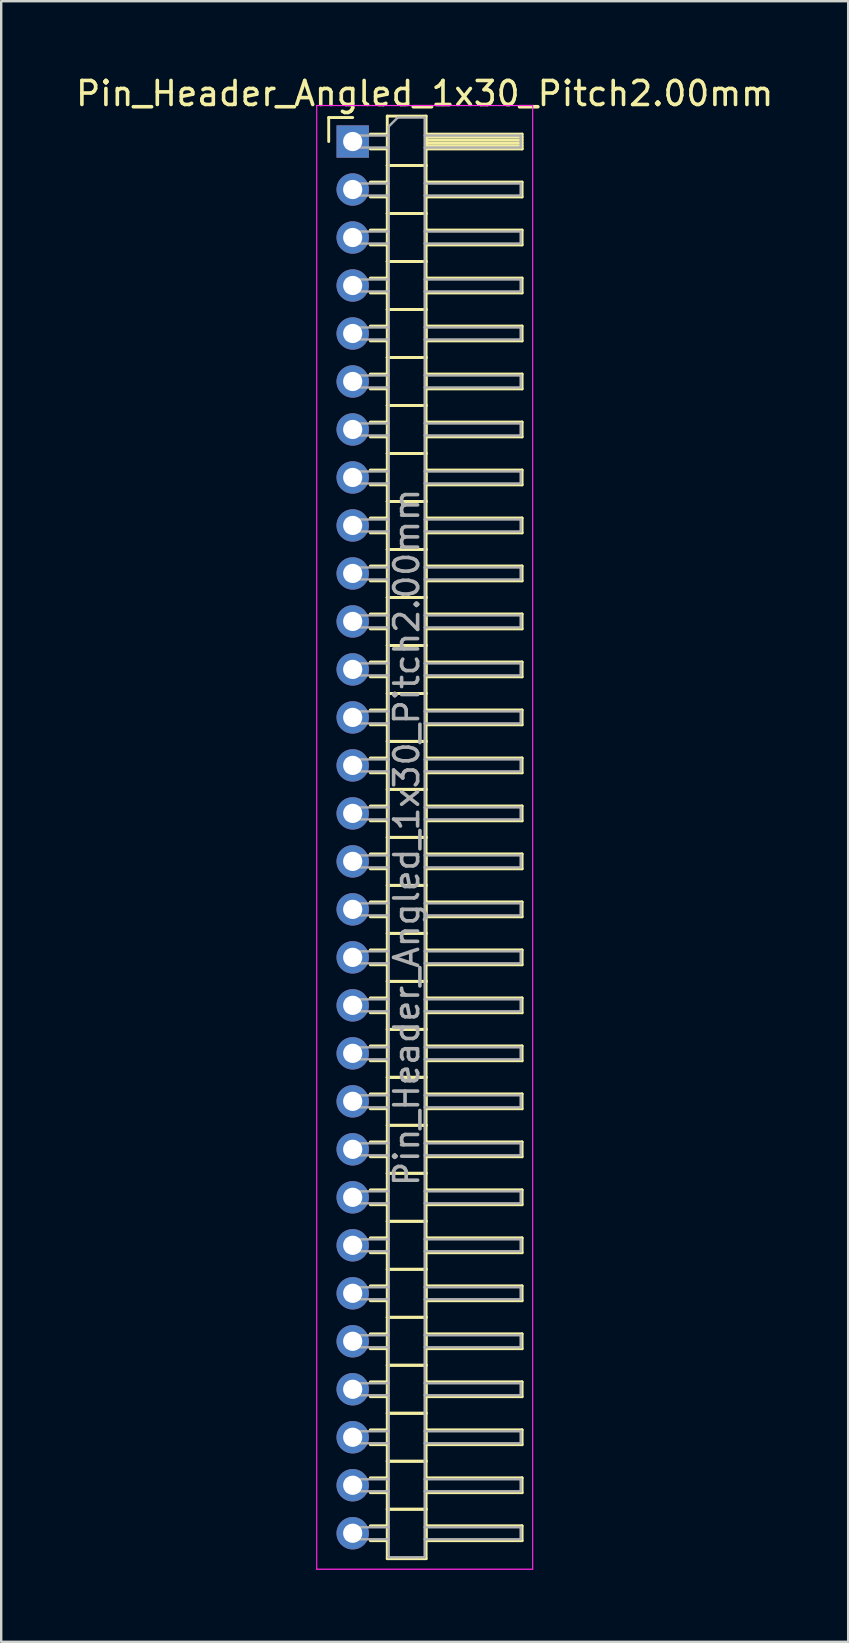
<source format=kicad_pcb>
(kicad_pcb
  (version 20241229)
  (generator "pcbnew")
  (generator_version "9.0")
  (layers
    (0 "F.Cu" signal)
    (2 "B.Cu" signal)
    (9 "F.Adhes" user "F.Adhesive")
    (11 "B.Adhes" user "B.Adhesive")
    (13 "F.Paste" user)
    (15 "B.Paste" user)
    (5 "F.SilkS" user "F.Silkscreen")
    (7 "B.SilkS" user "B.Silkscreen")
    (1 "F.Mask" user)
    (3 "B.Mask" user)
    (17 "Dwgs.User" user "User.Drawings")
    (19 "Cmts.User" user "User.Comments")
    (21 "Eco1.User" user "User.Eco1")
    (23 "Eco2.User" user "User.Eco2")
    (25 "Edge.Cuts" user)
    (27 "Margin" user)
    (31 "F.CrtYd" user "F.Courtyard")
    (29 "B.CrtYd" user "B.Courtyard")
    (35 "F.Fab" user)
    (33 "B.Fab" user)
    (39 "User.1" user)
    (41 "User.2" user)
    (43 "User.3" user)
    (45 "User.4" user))
  (footprint "Pin_Header_Angled_1x30_Pitch2.00mm"
    (layer "F.Cu")
    (at 11.649 2.848)
    (property "Reference" "Pin_Header_Angled_1x30_Pitch2.00mm" (at 3 -2 0) (layer "F.SilkS") (effects (font (size 1 1) (thickness 0.15))))
    (attr through_hole)
    (fp_line (start -1 -1) (end 0 -1) (stroke (width 0.12) (type solid)) (layer "F.SilkS"))
    (fp_line (start -1 0) (end -1 -1) (stroke (width 0.12) (type solid)) (layer "F.SilkS"))
    (fp_line (start 0.735 -0.31) (end 1.44 -0.31) (stroke (width 0.12) (type solid)) (layer "F.SilkS"))
    (fp_line (start 0.735 0.31) (end 1.44 0.31) (stroke (width 0.12) (type solid)) (layer "F.SilkS"))
    (fp_line (start 0.735 1.69) (end 1.44 1.69) (stroke (width 0.12) (type solid)) (layer "F.SilkS"))
    (fp_line (start 0.735 2.31) (end 1.44 2.31) (stroke (width 0.12) (type solid)) (layer "F.SilkS"))
    (fp_line (start 0.735 3.69) (end 1.44 3.69) (stroke (width 0.12) (type solid)) (layer "F.SilkS"))
    (fp_line (start 0.735 4.31) (end 1.44 4.31) (stroke (width 0.12) (type solid)) (layer "F.SilkS"))
    (fp_line (start 0.735 5.69) (end 1.44 5.69) (stroke (width 0.12) (type solid)) (layer "F.SilkS"))
    (fp_line (start 0.735 6.31) (end 1.44 6.31) (stroke (width 0.12) (type solid)) (layer "F.SilkS"))
    (fp_line (start 0.735 7.69) (end 1.44 7.69) (stroke (width 0.12) (type solid)) (layer "F.SilkS"))
    (fp_line (start 0.735 8.31) (end 1.44 8.31) (stroke (width 0.12) (type solid)) (layer "F.SilkS"))
    (fp_line (start 0.735 9.69) (end 1.44 9.69) (stroke (width 0.12) (type solid)) (layer "F.SilkS"))
    (fp_line (start 0.735 10.31) (end 1.44 10.31) (stroke (width 0.12) (type solid)) (layer "F.SilkS"))
    (fp_line (start 0.735 11.69) (end 1.44 11.69) (stroke (width 0.12) (type solid)) (layer "F.SilkS"))
    (fp_line (start 0.735 12.31) (end 1.44 12.31) (stroke (width 0.12) (type solid)) (layer "F.SilkS"))
    (fp_line (start 0.735 13.69) (end 1.44 13.69) (stroke (width 0.12) (type solid)) (layer "F.SilkS"))
    (fp_line (start 0.735 14.31) (end 1.44 14.31) (stroke (width 0.12) (type solid)) (layer "F.SilkS"))
    (fp_line (start 0.735 15.69) (end 1.44 15.69) (stroke (width 0.12) (type solid)) (layer "F.SilkS"))
    (fp_line (start 0.735 16.31) (end 1.44 16.31) (stroke (width 0.12) (type solid)) (layer "F.SilkS"))
    (fp_line (start 0.735 17.69) (end 1.44 17.69) (stroke (width 0.12) (type solid)) (layer "F.SilkS"))
    (fp_line (start 0.735 18.31) (end 1.44 18.31) (stroke (width 0.12) (type solid)) (layer "F.SilkS"))
    (fp_line (start 0.735 19.69) (end 1.44 19.69) (stroke (width 0.12) (type solid)) (layer "F.SilkS"))
    (fp_line (start 0.735 20.31) (end 1.44 20.31) (stroke (width 0.12) (type solid)) (layer "F.SilkS"))
    (fp_line (start 0.735 21.69) (end 1.44 21.69) (stroke (width 0.12) (type solid)) (layer "F.SilkS"))
    (fp_line (start 0.735 22.31) (end 1.44 22.31) (stroke (width 0.12) (type solid)) (layer "F.SilkS"))
    (fp_line (start 0.735 23.69) (end 1.44 23.69) (stroke (width 0.12) (type solid)) (layer "F.SilkS"))
    (fp_line (start 0.735 24.31) (end 1.44 24.31) (stroke (width 0.12) (type solid)) (layer "F.SilkS"))
    (fp_line (start 0.735 25.69) (end 1.44 25.69) (stroke (width 0.12) (type solid)) (layer "F.SilkS"))
    (fp_line (start 0.735 26.31) (end 1.44 26.31) (stroke (width 0.12) (type solid)) (layer "F.SilkS"))
    (fp_line (start 0.735 27.69) (end 1.44 27.69) (stroke (width 0.12) (type solid)) (layer "F.SilkS"))
    (fp_line (start 0.735 28.31) (end 1.44 28.31) (stroke (width 0.12) (type solid)) (layer "F.SilkS"))
    (fp_line (start 0.735 29.69) (end 1.44 29.69) (stroke (width 0.12) (type solid)) (layer "F.SilkS"))
    (fp_line (start 0.735 30.31) (end 1.44 30.31) (stroke (width 0.12) (type solid)) (layer "F.SilkS"))
    (fp_line (start 0.735 31.69) (end 1.44 31.69) (stroke (width 0.12) (type solid)) (layer "F.SilkS"))
    (fp_line (start 0.735 32.31) (end 1.44 32.31) (stroke (width 0.12) (type solid)) (layer "F.SilkS"))
    (fp_line (start 0.735 33.69) (end 1.44 33.69) (stroke (width 0.12) (type solid)) (layer "F.SilkS"))
    (fp_line (start 0.735 34.31) (end 1.44 34.31) (stroke (width 0.12) (type solid)) (layer "F.SilkS"))
    (fp_line (start 0.735 35.69) (end 1.44 35.69) (stroke (width 0.12) (type solid)) (layer "F.SilkS"))
    (fp_line (start 0.735 36.31) (end 1.44 36.31) (stroke (width 0.12) (type solid)) (layer "F.SilkS"))
    (fp_line (start 0.735 37.69) (end 1.44 37.69) (stroke (width 0.12) (type solid)) (layer "F.SilkS"))
    (fp_line (start 0.735 38.31) (end 1.44 38.31) (stroke (width 0.12) (type solid)) (layer "F.SilkS"))
    (fp_line (start 0.735 39.69) (end 1.44 39.69) (stroke (width 0.12) (type solid)) (layer "F.SilkS"))
    (fp_line (start 0.735 40.31) (end 1.44 40.31) (stroke (width 0.12) (type solid)) (layer "F.SilkS"))
    (fp_line (start 0.735 41.69) (end 1.44 41.69) (stroke (width 0.12) (type solid)) (layer "F.SilkS"))
    (fp_line (start 0.735 42.31) (end 1.44 42.31) (stroke (width 0.12) (type solid)) (layer "F.SilkS"))
    (fp_line (start 0.735 43.69) (end 1.44 43.69) (stroke (width 0.12) (type solid)) (layer "F.SilkS"))
    (fp_line (start 0.735 44.31) (end 1.44 44.31) (stroke (width 0.12) (type solid)) (layer "F.SilkS"))
    (fp_line (start 0.735 45.69) (end 1.44 45.69) (stroke (width 0.12) (type solid)) (layer "F.SilkS"))
    (fp_line (start 0.735 46.31) (end 1.44 46.31) (stroke (width 0.12) (type solid)) (layer "F.SilkS"))
    (fp_line (start 0.735 47.69) (end 1.44 47.69) (stroke (width 0.12) (type solid)) (layer "F.SilkS"))
    (fp_line (start 0.735 48.31) (end 1.44 48.31) (stroke (width 0.12) (type solid)) (layer "F.SilkS"))
    (fp_line (start 0.735 49.69) (end 1.44 49.69) (stroke (width 0.12) (type solid)) (layer "F.SilkS"))
    (fp_line (start 0.735 50.31) (end 1.44 50.31) (stroke (width 0.12) (type solid)) (layer "F.SilkS"))
    (fp_line (start 0.735 51.69) (end 1.44 51.69) (stroke (width 0.12) (type solid)) (layer "F.SilkS"))
    (fp_line (start 0.735 52.31) (end 1.44 52.31) (stroke (width 0.12) (type solid)) (layer "F.SilkS"))
    (fp_line (start 0.735 53.69) (end 1.44 53.69) (stroke (width 0.12) (type solid)) (layer "F.SilkS"))
    (fp_line (start 0.735 54.31) (end 1.44 54.31) (stroke (width 0.12) (type solid)) (layer "F.SilkS"))
    (fp_line (start 0.735 55.69) (end 1.44 55.69) (stroke (width 0.12) (type solid)) (layer "F.SilkS"))
    (fp_line (start 0.735 56.31) (end 1.44 56.31) (stroke (width 0.12) (type solid)) (layer "F.SilkS"))
    (fp_line (start 0.735 57.69) (end 1.44 57.69) (stroke (width 0.12) (type solid)) (layer "F.SilkS"))
    (fp_line (start 0.735 58.31) (end 1.44 58.31) (stroke (width 0.12) (type solid)) (layer "F.SilkS"))
    (fp_line (start 1.44 -1.06) (end 1.44 1) (stroke (width 0.12) (type solid)) (layer "F.SilkS"))
    (fp_line (start 1.44 1) (end 1.44 3) (stroke (width 0.12) (type solid)) (layer "F.SilkS"))
    (fp_line (start 1.44 1) (end 3.06 1) (stroke (width 0.12) (type solid)) (layer "F.SilkS"))
    (fp_line (start 1.44 3) (end 1.44 5) (stroke (width 0.12) (type solid)) (layer "F.SilkS"))
    (fp_line (start 1.44 3) (end 3.06 3) (stroke (width 0.12) (type solid)) (layer "F.SilkS"))
    (fp_line (start 1.44 5) (end 1.44 7) (stroke (width 0.12) (type solid)) (layer "F.SilkS"))
    (fp_line (start 1.44 5) (end 3.06 5) (stroke (width 0.12) (type solid)) (layer "F.SilkS"))
    (fp_line (start 1.44 7) (end 1.44 9) (stroke (width 0.12) (type solid)) (layer "F.SilkS"))
    (fp_line (start 1.44 7) (end 3.06 7) (stroke (width 0.12) (type solid)) (layer "F.SilkS"))
    (fp_line (start 1.44 9) (end 1.44 11) (stroke (width 0.12) (type solid)) (layer "F.SilkS"))
    (fp_line (start 1.44 9) (end 3.06 9) (stroke (width 0.12) (type solid)) (layer "F.SilkS"))
    (fp_line (start 1.44 11) (end 1.44 13) (stroke (width 0.12) (type solid)) (layer "F.SilkS"))
    (fp_line (start 1.44 11) (end 3.06 11) (stroke (width 0.12) (type solid)) (layer "F.SilkS"))
    (fp_line (start 1.44 13) (end 1.44 15) (stroke (width 0.12) (type solid)) (layer "F.SilkS"))
    (fp_line (start 1.44 13) (end 3.06 13) (stroke (width 0.12) (type solid)) (layer "F.SilkS"))
    (fp_line (start 1.44 15) (end 1.44 17) (stroke (width 0.12) (type solid)) (layer "F.SilkS"))
    (fp_line (start 1.44 15) (end 3.06 15) (stroke (width 0.12) (type solid)) (layer "F.SilkS"))
    (fp_line (start 1.44 17) (end 1.44 19) (stroke (width 0.12) (type solid)) (layer "F.SilkS"))
    (fp_line (start 1.44 17) (end 3.06 17) (stroke (width 0.12) (type solid)) (layer "F.SilkS"))
    (fp_line (start 1.44 19) (end 1.44 21) (stroke (width 0.12) (type solid)) (layer "F.SilkS"))
    (fp_line (start 1.44 19) (end 3.06 19) (stroke (width 0.12) (type solid)) (layer "F.SilkS"))
    (fp_line (start 1.44 21) (end 1.44 23) (stroke (width 0.12) (type solid)) (layer "F.SilkS"))
    (fp_line (start 1.44 21) (end 3.06 21) (stroke (width 0.12) (type solid)) (layer "F.SilkS"))
    (fp_line (start 1.44 23) (end 1.44 25) (stroke (width 0.12) (type solid)) (layer "F.SilkS"))
    (fp_line (start 1.44 23) (end 3.06 23) (stroke (width 0.12) (type solid)) (layer "F.SilkS"))
    (fp_line (start 1.44 25) (end 1.44 27) (stroke (width 0.12) (type solid)) (layer "F.SilkS"))
    (fp_line (start 1.44 25) (end 3.06 25) (stroke (width 0.12) (type solid)) (layer "F.SilkS"))
    (fp_line (start 1.44 27) (end 1.44 29) (stroke (width 0.12) (type solid)) (layer "F.SilkS"))
    (fp_line (start 1.44 27) (end 3.06 27) (stroke (width 0.12) (type solid)) (layer "F.SilkS"))
    (fp_line (start 1.44 29) (end 1.44 31) (stroke (width 0.12) (type solid)) (layer "F.SilkS"))
    (fp_line (start 1.44 29) (end 3.06 29) (stroke (width 0.12) (type solid)) (layer "F.SilkS"))
    (fp_line (start 1.44 31) (end 1.44 33) (stroke (width 0.12) (type solid)) (layer "F.SilkS"))
    (fp_line (start 1.44 31) (end 3.06 31) (stroke (width 0.12) (type solid)) (layer "F.SilkS"))
    (fp_line (start 1.44 33) (end 1.44 35) (stroke (width 0.12) (type solid)) (layer "F.SilkS"))
    (fp_line (start 1.44 33) (end 3.06 33) (stroke (width 0.12) (type solid)) (layer "F.SilkS"))
    (fp_line (start 1.44 35) (end 1.44 37) (stroke (width 0.12) (type solid)) (layer "F.SilkS"))
    (fp_line (start 1.44 35) (end 3.06 35) (stroke (width 0.12) (type solid)) (layer "F.SilkS"))
    (fp_line (start 1.44 37) (end 1.44 39) (stroke (width 0.12) (type solid)) (layer "F.SilkS"))
    (fp_line (start 1.44 37) (end 3.06 37) (stroke (width 0.12) (type solid)) (layer "F.SilkS"))
    (fp_line (start 1.44 39) (end 1.44 41) (stroke (width 0.12) (type solid)) (layer "F.SilkS"))
    (fp_line (start 1.44 39) (end 3.06 39) (stroke (width 0.12) (type solid)) (layer "F.SilkS"))
    (fp_line (start 1.44 41) (end 1.44 43) (stroke (width 0.12) (type solid)) (layer "F.SilkS"))
    (fp_line (start 1.44 41) (end 3.06 41) (stroke (width 0.12) (type solid)) (layer "F.SilkS"))
    (fp_line (start 1.44 43) (end 1.44 45) (stroke (width 0.12) (type solid)) (layer "F.SilkS"))
    (fp_line (start 1.44 43) (end 3.06 43) (stroke (width 0.12) (type solid)) (layer "F.SilkS"))
    (fp_line (start 1.44 45) (end 1.44 47) (stroke (width 0.12) (type solid)) (layer "F.SilkS"))
    (fp_line (start 1.44 45) (end 3.06 45) (stroke (width 0.12) (type solid)) (layer "F.SilkS"))
    (fp_line (start 1.44 47) (end 1.44 49) (stroke (width 0.12) (type solid)) (layer "F.SilkS"))
    (fp_line (start 1.44 47) (end 3.06 47) (stroke (width 0.12) (type solid)) (layer "F.SilkS"))
    (fp_line (start 1.44 49) (end 1.44 51) (stroke (width 0.12) (type solid)) (layer "F.SilkS"))
    (fp_line (start 1.44 49) (end 3.06 49) (stroke (width 0.12) (type solid)) (layer "F.SilkS"))
    (fp_line (start 1.44 51) (end 1.44 53) (stroke (width 0.12) (type solid)) (layer "F.SilkS"))
    (fp_line (start 1.44 51) (end 3.06 51) (stroke (width 0.12) (type solid)) (layer "F.SilkS"))
    (fp_line (start 1.44 53) (end 1.44 55) (stroke (width 0.12) (type solid)) (layer "F.SilkS"))
    (fp_line (start 1.44 53) (end 3.06 53) (stroke (width 0.12) (type solid)) (layer "F.SilkS"))
    (fp_line (start 1.44 55) (end 1.44 57) (stroke (width 0.12) (type solid)) (layer "F.SilkS"))
    (fp_line (start 1.44 55) (end 3.06 55) (stroke (width 0.12) (type solid)) (layer "F.SilkS"))
    (fp_line (start 1.44 57) (end 1.44 59.06) (stroke (width 0.12) (type solid)) (layer "F.SilkS"))
    (fp_line (start 1.44 57) (end 3.06 57) (stroke (width 0.12) (type solid)) (layer "F.SilkS"))
    (fp_line (start 1.44 59.06) (end 3.06 59.06) (stroke (width 0.12) (type solid)) (layer "F.SilkS"))
    (fp_line (start 3.06 -1.06) (end 1.44 -1.06) (stroke (width 0.12) (type solid)) (layer "F.SilkS"))
    (fp_line (start 3.06 -0.31) (end 3.06 0.31) (stroke (width 0.12) (type solid)) (layer "F.SilkS"))
    (fp_line (start 3.06 -0.19) (end 7.06 -0.19) (stroke (width 0.12) (type solid)) (layer "F.SilkS"))
    (fp_line (start 3.06 -0.07) (end 7.06 -0.07) (stroke (width 0.12) (type solid)) (layer "F.SilkS"))
    (fp_line (start 3.06 0.05) (end 7.06 0.05) (stroke (width 0.12) (type solid)) (layer "F.SilkS"))
    (fp_line (start 3.06 0.17) (end 7.06 0.17) (stroke (width 0.12) (type solid)) (layer "F.SilkS"))
    (fp_line (start 3.06 0.29) (end 7.06 0.29) (stroke (width 0.12) (type solid)) (layer "F.SilkS"))
    (fp_line (start 3.06 0.31) (end 7.06 0.31) (stroke (width 0.12) (type solid)) (layer "F.SilkS"))
    (fp_line (start 3.06 1) (end 1.44 1) (stroke (width 0.12) (type solid)) (layer "F.SilkS"))
    (fp_line (start 3.06 1) (end 3.06 -1.06) (stroke (width 0.12) (type solid)) (layer "F.SilkS"))
    (fp_line (start 3.06 1.69) (end 3.06 2.31) (stroke (width 0.12) (type solid)) (layer "F.SilkS"))
    (fp_line (start 3.06 2.31) (end 7.06 2.31) (stroke (width 0.12) (type solid)) (layer "F.SilkS"))
    (fp_line (start 3.06 3) (end 1.44 3) (stroke (width 0.12) (type solid)) (layer "F.SilkS"))
    (fp_line (start 3.06 3) (end 3.06 1) (stroke (width 0.12) (type solid)) (layer "F.SilkS"))
    (fp_line (start 3.06 3.69) (end 3.06 4.31) (stroke (width 0.12) (type solid)) (layer "F.SilkS"))
    (fp_line (start 3.06 4.31) (end 7.06 4.31) (stroke (width 0.12) (type solid)) (layer "F.SilkS"))
    (fp_line (start 3.06 5) (end 1.44 5) (stroke (width 0.12) (type solid)) (layer "F.SilkS"))
    (fp_line (start 3.06 5) (end 3.06 3) (stroke (width 0.12) (type solid)) (layer "F.SilkS"))
    (fp_line (start 3.06 5.69) (end 3.06 6.31) (stroke (width 0.12) (type solid)) (layer "F.SilkS"))
    (fp_line (start 3.06 6.31) (end 7.06 6.31) (stroke (width 0.12) (type solid)) (layer "F.SilkS"))
    (fp_line (start 3.06 7) (end 1.44 7) (stroke (width 0.12) (type solid)) (layer "F.SilkS"))
    (fp_line (start 3.06 7) (end 3.06 5) (stroke (width 0.12) (type solid)) (layer "F.SilkS"))
    (fp_line (start 3.06 7.69) (end 3.06 8.31) (stroke (width 0.12) (type solid)) (layer "F.SilkS"))
    (fp_line (start 3.06 8.31) (end 7.06 8.31) (stroke (width 0.12) (type solid)) (layer "F.SilkS"))
    (fp_line (start 3.06 9) (end 1.44 9) (stroke (width 0.12) (type solid)) (layer "F.SilkS"))
    (fp_line (start 3.06 9) (end 3.06 7) (stroke (width 0.12) (type solid)) (layer "F.SilkS"))
    (fp_line (start 3.06 9.69) (end 3.06 10.31) (stroke (width 0.12) (type solid)) (layer "F.SilkS"))
    (fp_line (start 3.06 10.31) (end 7.06 10.31) (stroke (width 0.12) (type solid)) (layer "F.SilkS"))
    (fp_line (start 3.06 11) (end 1.44 11) (stroke (width 0.12) (type solid)) (layer "F.SilkS"))
    (fp_line (start 3.06 11) (end 3.06 9) (stroke (width 0.12) (type solid)) (layer "F.SilkS"))
    (fp_line (start 3.06 11.69) (end 3.06 12.31) (stroke (width 0.12) (type solid)) (layer "F.SilkS"))
    (fp_line (start 3.06 12.31) (end 7.06 12.31) (stroke (width 0.12) (type solid)) (layer "F.SilkS"))
    (fp_line (start 3.06 13) (end 1.44 13) (stroke (width 0.12) (type solid)) (layer "F.SilkS"))
    (fp_line (start 3.06 13) (end 3.06 11) (stroke (width 0.12) (type solid)) (layer "F.SilkS"))
    (fp_line (start 3.06 13.69) (end 3.06 14.31) (stroke (width 0.12) (type solid)) (layer "F.SilkS"))
    (fp_line (start 3.06 14.31) (end 7.06 14.31) (stroke (width 0.12) (type solid)) (layer "F.SilkS"))
    (fp_line (start 3.06 15) (end 1.44 15) (stroke (width 0.12) (type solid)) (layer "F.SilkS"))
    (fp_line (start 3.06 15) (end 3.06 13) (stroke (width 0.12) (type solid)) (layer "F.SilkS"))
    (fp_line (start 3.06 15.69) (end 3.06 16.31) (stroke (width 0.12) (type solid)) (layer "F.SilkS"))
    (fp_line (start 3.06 16.31) (end 7.06 16.31) (stroke (width 0.12) (type solid)) (layer "F.SilkS"))
    (fp_line (start 3.06 17) (end 1.44 17) (stroke (width 0.12) (type solid)) (layer "F.SilkS"))
    (fp_line (start 3.06 17) (end 3.06 15) (stroke (width 0.12) (type solid)) (layer "F.SilkS"))
    (fp_line (start 3.06 17.69) (end 3.06 18.31) (stroke (width 0.12) (type solid)) (layer "F.SilkS"))
    (fp_line (start 3.06 18.31) (end 7.06 18.31) (stroke (width 0.12) (type solid)) (layer "F.SilkS"))
    (fp_line (start 3.06 19) (end 1.44 19) (stroke (width 0.12) (type solid)) (layer "F.SilkS"))
    (fp_line (start 3.06 19) (end 3.06 17) (stroke (width 0.12) (type solid)) (layer "F.SilkS"))
    (fp_line (start 3.06 19.69) (end 3.06 20.31) (stroke (width 0.12) (type solid)) (layer "F.SilkS"))
    (fp_line (start 3.06 20.31) (end 7.06 20.31) (stroke (width 0.12) (type solid)) (layer "F.SilkS"))
    (fp_line (start 3.06 21) (end 1.44 21) (stroke (width 0.12) (type solid)) (layer "F.SilkS"))
    (fp_line (start 3.06 21) (end 3.06 19) (stroke (width 0.12) (type solid)) (layer "F.SilkS"))
    (fp_line (start 3.06 21.69) (end 3.06 22.31) (stroke (width 0.12) (type solid)) (layer "F.SilkS"))
    (fp_line (start 3.06 22.31) (end 7.06 22.31) (stroke (width 0.12) (type solid)) (layer "F.SilkS"))
    (fp_line (start 3.06 23) (end 1.44 23) (stroke (width 0.12) (type solid)) (layer "F.SilkS"))
    (fp_line (start 3.06 23) (end 3.06 21) (stroke (width 0.12) (type solid)) (layer "F.SilkS"))
    (fp_line (start 3.06 23.69) (end 3.06 24.31) (stroke (width 0.12) (type solid)) (layer "F.SilkS"))
    (fp_line (start 3.06 24.31) (end 7.06 24.31) (stroke (width 0.12) (type solid)) (layer "F.SilkS"))
    (fp_line (start 3.06 25) (end 1.44 25) (stroke (width 0.12) (type solid)) (layer "F.SilkS"))
    (fp_line (start 3.06 25) (end 3.06 23) (stroke (width 0.12) (type solid)) (layer "F.SilkS"))
    (fp_line (start 3.06 25.69) (end 3.06 26.31) (stroke (width 0.12) (type solid)) (layer "F.SilkS"))
    (fp_line (start 3.06 26.31) (end 7.06 26.31) (stroke (width 0.12) (type solid)) (layer "F.SilkS"))
    (fp_line (start 3.06 27) (end 1.44 27) (stroke (width 0.12) (type solid)) (layer "F.SilkS"))
    (fp_line (start 3.06 27) (end 3.06 25) (stroke (width 0.12) (type solid)) (layer "F.SilkS"))
    (fp_line (start 3.06 27.69) (end 3.06 28.31) (stroke (width 0.12) (type solid)) (layer "F.SilkS"))
    (fp_line (start 3.06 28.31) (end 7.06 28.31) (stroke (width 0.12) (type solid)) (layer "F.SilkS"))
    (fp_line (start 3.06 29) (end 1.44 29) (stroke (width 0.12) (type solid)) (layer "F.SilkS"))
    (fp_line (start 3.06 29) (end 3.06 27) (stroke (width 0.12) (type solid)) (layer "F.SilkS"))
    (fp_line (start 3.06 29.69) (end 3.06 30.31) (stroke (width 0.12) (type solid)) (layer "F.SilkS"))
    (fp_line (start 3.06 30.31) (end 7.06 30.31) (stroke (width 0.12) (type solid)) (layer "F.SilkS"))
    (fp_line (start 3.06 31) (end 1.44 31) (stroke (width 0.12) (type solid)) (layer "F.SilkS"))
    (fp_line (start 3.06 31) (end 3.06 29) (stroke (width 0.12) (type solid)) (layer "F.SilkS"))
    (fp_line (start 3.06 31.69) (end 3.06 32.31) (stroke (width 0.12) (type solid)) (layer "F.SilkS"))
    (fp_line (start 3.06 32.31) (end 7.06 32.31) (stroke (width 0.12) (type solid)) (layer "F.SilkS"))
    (fp_line (start 3.06 33) (end 1.44 33) (stroke (width 0.12) (type solid)) (layer "F.SilkS"))
    (fp_line (start 3.06 33) (end 3.06 31) (stroke (width 0.12) (type solid)) (layer "F.SilkS"))
    (fp_line (start 3.06 33.69) (end 3.06 34.31) (stroke (width 0.12) (type solid)) (layer "F.SilkS"))
    (fp_line (start 3.06 34.31) (end 7.06 34.31) (stroke (width 0.12) (type solid)) (layer "F.SilkS"))
    (fp_line (start 3.06 35) (end 1.44 35) (stroke (width 0.12) (type solid)) (layer "F.SilkS"))
    (fp_line (start 3.06 35) (end 3.06 33) (stroke (width 0.12) (type solid)) (layer "F.SilkS"))
    (fp_line (start 3.06 35.69) (end 3.06 36.31) (stroke (width 0.12) (type solid)) (layer "F.SilkS"))
    (fp_line (start 3.06 36.31) (end 7.06 36.31) (stroke (width 0.12) (type solid)) (layer "F.SilkS"))
    (fp_line (start 3.06 37) (end 1.44 37) (stroke (width 0.12) (type solid)) (layer "F.SilkS"))
    (fp_line (start 3.06 37) (end 3.06 35) (stroke (width 0.12) (type solid)) (layer "F.SilkS"))
    (fp_line (start 3.06 37.69) (end 3.06 38.31) (stroke (width 0.12) (type solid)) (layer "F.SilkS"))
    (fp_line (start 3.06 38.31) (end 7.06 38.31) (stroke (width 0.12) (type solid)) (layer "F.SilkS"))
    (fp_line (start 3.06 39) (end 1.44 39) (stroke (width 0.12) (type solid)) (layer "F.SilkS"))
    (fp_line (start 3.06 39) (end 3.06 37) (stroke (width 0.12) (type solid)) (layer "F.SilkS"))
    (fp_line (start 3.06 39.69) (end 3.06 40.31) (stroke (width 0.12) (type solid)) (layer "F.SilkS"))
    (fp_line (start 3.06 40.31) (end 7.06 40.31) (stroke (width 0.12) (type solid)) (layer "F.SilkS"))
    (fp_line (start 3.06 41) (end 1.44 41) (stroke (width 0.12) (type solid)) (layer "F.SilkS"))
    (fp_line (start 3.06 41) (end 3.06 39) (stroke (width 0.12) (type solid)) (layer "F.SilkS"))
    (fp_line (start 3.06 41.69) (end 3.06 42.31) (stroke (width 0.12) (type solid)) (layer "F.SilkS"))
    (fp_line (start 3.06 42.31) (end 7.06 42.31) (stroke (width 0.12) (type solid)) (layer "F.SilkS"))
    (fp_line (start 3.06 43) (end 1.44 43) (stroke (width 0.12) (type solid)) (layer "F.SilkS"))
    (fp_line (start 3.06 43) (end 3.06 41) (stroke (width 0.12) (type solid)) (layer "F.SilkS"))
    (fp_line (start 3.06 43.69) (end 3.06 44.31) (stroke (width 0.12) (type solid)) (layer "F.SilkS"))
    (fp_line (start 3.06 44.31) (end 7.06 44.31) (stroke (width 0.12) (type solid)) (layer "F.SilkS"))
    (fp_line (start 3.06 45) (end 1.44 45) (stroke (width 0.12) (type solid)) (layer "F.SilkS"))
    (fp_line (start 3.06 45) (end 3.06 43) (stroke (width 0.12) (type solid)) (layer "F.SilkS"))
    (fp_line (start 3.06 45.69) (end 3.06 46.31) (stroke (width 0.12) (type solid)) (layer "F.SilkS"))
    (fp_line (start 3.06 46.31) (end 7.06 46.31) (stroke (width 0.12) (type solid)) (layer "F.SilkS"))
    (fp_line (start 3.06 47) (end 1.44 47) (stroke (width 0.12) (type solid)) (layer "F.SilkS"))
    (fp_line (start 3.06 47) (end 3.06 45) (stroke (width 0.12) (type solid)) (layer "F.SilkS"))
    (fp_line (start 3.06 47.69) (end 3.06 48.31) (stroke (width 0.12) (type solid)) (layer "F.SilkS"))
    (fp_line (start 3.06 48.31) (end 7.06 48.31) (stroke (width 0.12) (type solid)) (layer "F.SilkS"))
    (fp_line (start 3.06 49) (end 1.44 49) (stroke (width 0.12) (type solid)) (layer "F.SilkS"))
    (fp_line (start 3.06 49) (end 3.06 47) (stroke (width 0.12) (type solid)) (layer "F.SilkS"))
    (fp_line (start 3.06 49.69) (end 3.06 50.31) (stroke (width 0.12) (type solid)) (layer "F.SilkS"))
    (fp_line (start 3.06 50.31) (end 7.06 50.31) (stroke (width 0.12) (type solid)) (layer "F.SilkS"))
    (fp_line (start 3.06 51) (end 1.44 51) (stroke (width 0.12) (type solid)) (layer "F.SilkS"))
    (fp_line (start 3.06 51) (end 3.06 49) (stroke (width 0.12) (type solid)) (layer "F.SilkS"))
    (fp_line (start 3.06 51.69) (end 3.06 52.31) (stroke (width 0.12) (type solid)) (layer "F.SilkS"))
    (fp_line (start 3.06 52.31) (end 7.06 52.31) (stroke (width 0.12) (type solid)) (layer "F.SilkS"))
    (fp_line (start 3.06 53) (end 1.44 53) (stroke (width 0.12) (type solid)) (layer "F.SilkS"))
    (fp_line (start 3.06 53) (end 3.06 51) (stroke (width 0.12) (type solid)) (layer "F.SilkS"))
    (fp_line (start 3.06 53.69) (end 3.06 54.31) (stroke (width 0.12) (type solid)) (layer "F.SilkS"))
    (fp_line (start 3.06 54.31) (end 7.06 54.31) (stroke (width 0.12) (type solid)) (layer "F.SilkS"))
    (fp_line (start 3.06 55) (end 1.44 55) (stroke (width 0.12) (type solid)) (layer "F.SilkS"))
    (fp_line (start 3.06 55) (end 3.06 53) (stroke (width 0.12) (type solid)) (layer "F.SilkS"))
    (fp_line (start 3.06 55.69) (end 3.06 56.31) (stroke (width 0.12) (type solid)) (layer "F.SilkS"))
    (fp_line (start 3.06 56.31) (end 7.06 56.31) (stroke (width 0.12) (type solid)) (layer "F.SilkS"))
    (fp_line (start 3.06 57) (end 1.44 57) (stroke (width 0.12) (type solid)) (layer "F.SilkS"))
    (fp_line (start 3.06 57) (end 3.06 55) (stroke (width 0.12) (type solid)) (layer "F.SilkS"))
    (fp_line (start 3.06 57.69) (end 3.06 58.31) (stroke (width 0.12) (type solid)) (layer "F.SilkS"))
    (fp_line (start 3.06 58.31) (end 7.06 58.31) (stroke (width 0.12) (type solid)) (layer "F.SilkS"))
    (fp_line (start 3.06 59.06) (end 3.06 57) (stroke (width 0.12) (type solid)) (layer "F.SilkS"))
    (fp_line (start 7.06 -0.31) (end 3.06 -0.31) (stroke (width 0.12) (type solid)) (layer "F.SilkS"))
    (fp_line (start 7.06 0.31) (end 7.06 -0.31) (stroke (width 0.12) (type solid)) (layer "F.SilkS"))
    (fp_line (start 7.06 1.69) (end 3.06 1.69) (stroke (width 0.12) (type solid)) (layer "F.SilkS"))
    (fp_line (start 7.06 2.31) (end 7.06 1.69) (stroke (width 0.12) (type solid)) (layer "F.SilkS"))
    (fp_line (start 7.06 3.69) (end 3.06 3.69) (stroke (width 0.12) (type solid)) (layer "F.SilkS"))
    (fp_line (start 7.06 4.31) (end 7.06 3.69) (stroke (width 0.12) (type solid)) (layer "F.SilkS"))
    (fp_line (start 7.06 5.69) (end 3.06 5.69) (stroke (width 0.12) (type solid)) (layer "F.SilkS"))
    (fp_line (start 7.06 6.31) (end 7.06 5.69) (stroke (width 0.12) (type solid)) (layer "F.SilkS"))
    (fp_line (start 7.06 7.69) (end 3.06 7.69) (stroke (width 0.12) (type solid)) (layer "F.SilkS"))
    (fp_line (start 7.06 8.31) (end 7.06 7.69) (stroke (width 0.12) (type solid)) (layer "F.SilkS"))
    (fp_line (start 7.06 9.69) (end 3.06 9.69) (stroke (width 0.12) (type solid)) (layer "F.SilkS"))
    (fp_line (start 7.06 10.31) (end 7.06 9.69) (stroke (width 0.12) (type solid)) (layer "F.SilkS"))
    (fp_line (start 7.06 11.69) (end 3.06 11.69) (stroke (width 0.12) (type solid)) (layer "F.SilkS"))
    (fp_line (start 7.06 12.31) (end 7.06 11.69) (stroke (width 0.12) (type solid)) (layer "F.SilkS"))
    (fp_line (start 7.06 13.69) (end 3.06 13.69) (stroke (width 0.12) (type solid)) (layer "F.SilkS"))
    (fp_line (start 7.06 14.31) (end 7.06 13.69) (stroke (width 0.12) (type solid)) (layer "F.SilkS"))
    (fp_line (start 7.06 15.69) (end 3.06 15.69) (stroke (width 0.12) (type solid)) (layer "F.SilkS"))
    (fp_line (start 7.06 16.31) (end 7.06 15.69) (stroke (width 0.12) (type solid)) (layer "F.SilkS"))
    (fp_line (start 7.06 17.69) (end 3.06 17.69) (stroke (width 0.12) (type solid)) (layer "F.SilkS"))
    (fp_line (start 7.06 18.31) (end 7.06 17.69) (stroke (width 0.12) (type solid)) (layer "F.SilkS"))
    (fp_line (start 7.06 19.69) (end 3.06 19.69) (stroke (width 0.12) (type solid)) (layer "F.SilkS"))
    (fp_line (start 7.06 20.31) (end 7.06 19.69) (stroke (width 0.12) (type solid)) (layer "F.SilkS"))
    (fp_line (start 7.06 21.69) (end 3.06 21.69) (stroke (width 0.12) (type solid)) (layer "F.SilkS"))
    (fp_line (start 7.06 22.31) (end 7.06 21.69) (stroke (width 0.12) (type solid)) (layer "F.SilkS"))
    (fp_line (start 7.06 23.69) (end 3.06 23.69) (stroke (width 0.12) (type solid)) (layer "F.SilkS"))
    (fp_line (start 7.06 24.31) (end 7.06 23.69) (stroke (width 0.12) (type solid)) (layer "F.SilkS"))
    (fp_line (start 7.06 25.69) (end 3.06 25.69) (stroke (width 0.12) (type solid)) (layer "F.SilkS"))
    (fp_line (start 7.06 26.31) (end 7.06 25.69) (stroke (width 0.12) (type solid)) (layer "F.SilkS"))
    (fp_line (start 7.06 27.69) (end 3.06 27.69) (stroke (width 0.12) (type solid)) (layer "F.SilkS"))
    (fp_line (start 7.06 28.31) (end 7.06 27.69) (stroke (width 0.12) (type solid)) (layer "F.SilkS"))
    (fp_line (start 7.06 29.69) (end 3.06 29.69) (stroke (width 0.12) (type solid)) (layer "F.SilkS"))
    (fp_line (start 7.06 30.31) (end 7.06 29.69) (stroke (width 0.12) (type solid)) (layer "F.SilkS"))
    (fp_line (start 7.06 31.69) (end 3.06 31.69) (stroke (width 0.12) (type solid)) (layer "F.SilkS"))
    (fp_line (start 7.06 32.31) (end 7.06 31.69) (stroke (width 0.12) (type solid)) (layer "F.SilkS"))
    (fp_line (start 7.06 33.69) (end 3.06 33.69) (stroke (width 0.12) (type solid)) (layer "F.SilkS"))
    (fp_line (start 7.06 34.31) (end 7.06 33.69) (stroke (width 0.12) (type solid)) (layer "F.SilkS"))
    (fp_line (start 7.06 35.69) (end 3.06 35.69) (stroke (width 0.12) (type solid)) (layer "F.SilkS"))
    (fp_line (start 7.06 36.31) (end 7.06 35.69) (stroke (width 0.12) (type solid)) (layer "F.SilkS"))
    (fp_line (start 7.06 37.69) (end 3.06 37.69) (stroke (width 0.12) (type solid)) (layer "F.SilkS"))
    (fp_line (start 7.06 38.31) (end 7.06 37.69) (stroke (width 0.12) (type solid)) (layer "F.SilkS"))
    (fp_line (start 7.06 39.69) (end 3.06 39.69) (stroke (width 0.12) (type solid)) (layer "F.SilkS"))
    (fp_line (start 7.06 40.31) (end 7.06 39.69) (stroke (width 0.12) (type solid)) (layer "F.SilkS"))
    (fp_line (start 7.06 41.69) (end 3.06 41.69) (stroke (width 0.12) (type solid)) (layer "F.SilkS"))
    (fp_line (start 7.06 42.31) (end 7.06 41.69) (stroke (width 0.12) (type solid)) (layer "F.SilkS"))
    (fp_line (start 7.06 43.69) (end 3.06 43.69) (stroke (width 0.12) (type solid)) (layer "F.SilkS"))
    (fp_line (start 7.06 44.31) (end 7.06 43.69) (stroke (width 0.12) (type solid)) (layer "F.SilkS"))
    (fp_line (start 7.06 45.69) (end 3.06 45.69) (stroke (width 0.12) (type solid)) (layer "F.SilkS"))
    (fp_line (start 7.06 46.31) (end 7.06 45.69) (stroke (width 0.12) (type solid)) (layer "F.SilkS"))
    (fp_line (start 7.06 47.69) (end 3.06 47.69) (stroke (width 0.12) (type solid)) (layer "F.SilkS"))
    (fp_line (start 7.06 48.31) (end 7.06 47.69) (stroke (width 0.12) (type solid)) (layer "F.SilkS"))
    (fp_line (start 7.06 49.69) (end 3.06 49.69) (stroke (width 0.12) (type solid)) (layer "F.SilkS"))
    (fp_line (start 7.06 50.31) (end 7.06 49.69) (stroke (width 0.12) (type solid)) (layer "F.SilkS"))
    (fp_line (start 7.06 51.69) (end 3.06 51.69) (stroke (width 0.12) (type solid)) (layer "F.SilkS"))
    (fp_line (start 7.06 52.31) (end 7.06 51.69) (stroke (width 0.12) (type solid)) (layer "F.SilkS"))
    (fp_line (start 7.06 53.69) (end 3.06 53.69) (stroke (width 0.12) (type solid)) (layer "F.SilkS"))
    (fp_line (start 7.06 54.31) (end 7.06 53.69) (stroke (width 0.12) (type solid)) (layer "F.SilkS"))
    (fp_line (start 7.06 55.69) (end 3.06 55.69) (stroke (width 0.12) (type solid)) (layer "F.SilkS"))
    (fp_line (start 7.06 56.31) (end 7.06 55.69) (stroke (width 0.12) (type solid)) (layer "F.SilkS"))
    (fp_line (start 7.06 57.69) (end 3.06 57.69) (stroke (width 0.12) (type solid)) (layer "F.SilkS"))
    (fp_line (start 7.06 58.31) (end 7.06 57.69) (stroke (width 0.12) (type solid)) (layer "F.SilkS"))
    (fp_line (start -1.5 -1.5) (end -1.5 59.5) (stroke (width 0.05) (type solid)) (layer "F.CrtYd"))
    (fp_line (start -1.5 59.5) (end 7.5 59.5) (stroke (width 0.05) (type solid)) (layer "F.CrtYd"))
    (fp_line (start 7.5 -1.5) (end -1.5 -1.5) (stroke (width 0.05) (type solid)) (layer "F.CrtYd"))
    (fp_line (start 7.5 59.5) (end 7.5 -1.5) (stroke (width 0.05) (type solid)) (layer "F.CrtYd"))
    (fp_line (start -0.25 -0.25) (end -0.25 0.25) (stroke (width 0.1) (type solid)) (layer "F.Fab"))
    (fp_line (start -0.25 -0.25) (end 1.5 -0.25) (stroke (width 0.1) (type solid)) (layer "F.Fab"))
    (fp_line (start -0.25 0.25) (end 1.5 0.25) (stroke (width 0.1) (type solid)) (layer "F.Fab"))
    (fp_line (start -0.25 1.75) (end -0.25 2.25) (stroke (width 0.1) (type solid)) (layer "F.Fab"))
    (fp_line (start -0.25 1.75) (end 1.5 1.75) (stroke (width 0.1) (type solid)) (layer "F.Fab"))
    (fp_line (start -0.25 2.25) (end 1.5 2.25) (stroke (width 0.1) (type solid)) (layer "F.Fab"))
    (fp_line (start -0.25 3.75) (end -0.25 4.25) (stroke (width 0.1) (type solid)) (layer "F.Fab"))
    (fp_line (start -0.25 3.75) (end 1.5 3.75) (stroke (width 0.1) (type solid)) (layer "F.Fab"))
    (fp_line (start -0.25 4.25) (end 1.5 4.25) (stroke (width 0.1) (type solid)) (layer "F.Fab"))
    (fp_line (start -0.25 5.75) (end -0.25 6.25) (stroke (width 0.1) (type solid)) (layer "F.Fab"))
    (fp_line (start -0.25 5.75) (end 1.5 5.75) (stroke (width 0.1) (type solid)) (layer "F.Fab"))
    (fp_line (start -0.25 6.25) (end 1.5 6.25) (stroke (width 0.1) (type solid)) (layer "F.Fab"))
    (fp_line (start -0.25 7.75) (end -0.25 8.25) (stroke (width 0.1) (type solid)) (layer "F.Fab"))
    (fp_line (start -0.25 7.75) (end 1.5 7.75) (stroke (width 0.1) (type solid)) (layer "F.Fab"))
    (fp_line (start -0.25 8.25) (end 1.5 8.25) (stroke (width 0.1) (type solid)) (layer "F.Fab"))
    (fp_line (start -0.25 9.75) (end -0.25 10.25) (stroke (width 0.1) (type solid)) (layer "F.Fab"))
    (fp_line (start -0.25 9.75) (end 1.5 9.75) (stroke (width 0.1) (type solid)) (layer "F.Fab"))
    (fp_line (start -0.25 10.25) (end 1.5 10.25) (stroke (width 0.1) (type solid)) (layer "F.Fab"))
    (fp_line (start -0.25 11.75) (end -0.25 12.25) (stroke (width 0.1) (type solid)) (layer "F.Fab"))
    (fp_line (start -0.25 11.75) (end 1.5 11.75) (stroke (width 0.1) (type solid)) (layer "F.Fab"))
    (fp_line (start -0.25 12.25) (end 1.5 12.25) (stroke (width 0.1) (type solid)) (layer "F.Fab"))
    (fp_line (start -0.25 13.75) (end -0.25 14.25) (stroke (width 0.1) (type solid)) (layer "F.Fab"))
    (fp_line (start -0.25 13.75) (end 1.5 13.75) (stroke (width 0.1) (type solid)) (layer "F.Fab"))
    (fp_line (start -0.25 14.25) (end 1.5 14.25) (stroke (width 0.1) (type solid)) (layer "F.Fab"))
    (fp_line (start -0.25 15.75) (end -0.25 16.25) (stroke (width 0.1) (type solid)) (layer "F.Fab"))
    (fp_line (start -0.25 15.75) (end 1.5 15.75) (stroke (width 0.1) (type solid)) (layer "F.Fab"))
    (fp_line (start -0.25 16.25) (end 1.5 16.25) (stroke (width 0.1) (type solid)) (layer "F.Fab"))
    (fp_line (start -0.25 17.75) (end -0.25 18.25) (stroke (width 0.1) (type solid)) (layer "F.Fab"))
    (fp_line (start -0.25 17.75) (end 1.5 17.75) (stroke (width 0.1) (type solid)) (layer "F.Fab"))
    (fp_line (start -0.25 18.25) (end 1.5 18.25) (stroke (width 0.1) (type solid)) (layer "F.Fab"))
    (fp_line (start -0.25 19.75) (end -0.25 20.25) (stroke (width 0.1) (type solid)) (layer "F.Fab"))
    (fp_line (start -0.25 19.75) (end 1.5 19.75) (stroke (width 0.1) (type solid)) (layer "F.Fab"))
    (fp_line (start -0.25 20.25) (end 1.5 20.25) (stroke (width 0.1) (type solid)) (layer "F.Fab"))
    (fp_line (start -0.25 21.75) (end -0.25 22.25) (stroke (width 0.1) (type solid)) (layer "F.Fab"))
    (fp_line (start -0.25 21.75) (end 1.5 21.75) (stroke (width 0.1) (type solid)) (layer "F.Fab"))
    (fp_line (start -0.25 22.25) (end 1.5 22.25) (stroke (width 0.1) (type solid)) (layer "F.Fab"))
    (fp_line (start -0.25 23.75) (end -0.25 24.25) (stroke (width 0.1) (type solid)) (layer "F.Fab"))
    (fp_line (start -0.25 23.75) (end 1.5 23.75) (stroke (width 0.1) (type solid)) (layer "F.Fab"))
    (fp_line (start -0.25 24.25) (end 1.5 24.25) (stroke (width 0.1) (type solid)) (layer "F.Fab"))
    (fp_line (start -0.25 25.75) (end -0.25 26.25) (stroke (width 0.1) (type solid)) (layer "F.Fab"))
    (fp_line (start -0.25 25.75) (end 1.5 25.75) (stroke (width 0.1) (type solid)) (layer "F.Fab"))
    (fp_line (start -0.25 26.25) (end 1.5 26.25) (stroke (width 0.1) (type solid)) (layer "F.Fab"))
    (fp_line (start -0.25 27.75) (end -0.25 28.25) (stroke (width 0.1) (type solid)) (layer "F.Fab"))
    (fp_line (start -0.25 27.75) (end 1.5 27.75) (stroke (width 0.1) (type solid)) (layer "F.Fab"))
    (fp_line (start -0.25 28.25) (end 1.5 28.25) (stroke (width 0.1) (type solid)) (layer "F.Fab"))
    (fp_line (start -0.25 29.75) (end -0.25 30.25) (stroke (width 0.1) (type solid)) (layer "F.Fab"))
    (fp_line (start -0.25 29.75) (end 1.5 29.75) (stroke (width 0.1) (type solid)) (layer "F.Fab"))
    (fp_line (start -0.25 30.25) (end 1.5 30.25) (stroke (width 0.1) (type solid)) (layer "F.Fab"))
    (fp_line (start -0.25 31.75) (end -0.25 32.25) (stroke (width 0.1) (type solid)) (layer "F.Fab"))
    (fp_line (start -0.25 31.75) (end 1.5 31.75) (stroke (width 0.1) (type solid)) (layer "F.Fab"))
    (fp_line (start -0.25 32.25) (end 1.5 32.25) (stroke (width 0.1) (type solid)) (layer "F.Fab"))
    (fp_line (start -0.25 33.75) (end -0.25 34.25) (stroke (width 0.1) (type solid)) (layer "F.Fab"))
    (fp_line (start -0.25 33.75) (end 1.5 33.75) (stroke (width 0.1) (type solid)) (layer "F.Fab"))
    (fp_line (start -0.25 34.25) (end 1.5 34.25) (stroke (width 0.1) (type solid)) (layer "F.Fab"))
    (fp_line (start -0.25 35.75) (end -0.25 36.25) (stroke (width 0.1) (type solid)) (layer "F.Fab"))
    (fp_line (start -0.25 35.75) (end 1.5 35.75) (stroke (width 0.1) (type solid)) (layer "F.Fab"))
    (fp_line (start -0.25 36.25) (end 1.5 36.25) (stroke (width 0.1) (type solid)) (layer "F.Fab"))
    (fp_line (start -0.25 37.75) (end -0.25 38.25) (stroke (width 0.1) (type solid)) (layer "F.Fab"))
    (fp_line (start -0.25 37.75) (end 1.5 37.75) (stroke (width 0.1) (type solid)) (layer "F.Fab"))
    (fp_line (start -0.25 38.25) (end 1.5 38.25) (stroke (width 0.1) (type solid)) (layer "F.Fab"))
    (fp_line (start -0.25 39.75) (end -0.25 40.25) (stroke (width 0.1) (type solid)) (layer "F.Fab"))
    (fp_line (start -0.25 39.75) (end 1.5 39.75) (stroke (width 0.1) (type solid)) (layer "F.Fab"))
    (fp_line (start -0.25 40.25) (end 1.5 40.25) (stroke (width 0.1) (type solid)) (layer "F.Fab"))
    (fp_line (start -0.25 41.75) (end -0.25 42.25) (stroke (width 0.1) (type solid)) (layer "F.Fab"))
    (fp_line (start -0.25 41.75) (end 1.5 41.75) (stroke (width 0.1) (type solid)) (layer "F.Fab"))
    (fp_line (start -0.25 42.25) (end 1.5 42.25) (stroke (width 0.1) (type solid)) (layer "F.Fab"))
    (fp_line (start -0.25 43.75) (end -0.25 44.25) (stroke (width 0.1) (type solid)) (layer "F.Fab"))
    (fp_line (start -0.25 43.75) (end 1.5 43.75) (stroke (width 0.1) (type solid)) (layer "F.Fab"))
    (fp_line (start -0.25 44.25) (end 1.5 44.25) (stroke (width 0.1) (type solid)) (layer "F.Fab"))
    (fp_line (start -0.25 45.75) (end -0.25 46.25) (stroke (width 0.1) (type solid)) (layer "F.Fab"))
    (fp_line (start -0.25 45.75) (end 1.5 45.75) (stroke (width 0.1) (type solid)) (layer "F.Fab"))
    (fp_line (start -0.25 46.25) (end 1.5 46.25) (stroke (width 0.1) (type solid)) (layer "F.Fab"))
    (fp_line (start -0.25 47.75) (end -0.25 48.25) (stroke (width 0.1) (type solid)) (layer "F.Fab"))
    (fp_line (start -0.25 47.75) (end 1.5 47.75) (stroke (width 0.1) (type solid)) (layer "F.Fab"))
    (fp_line (start -0.25 48.25) (end 1.5 48.25) (stroke (width 0.1) (type solid)) (layer "F.Fab"))
    (fp_line (start -0.25 49.75) (end -0.25 50.25) (stroke (width 0.1) (type solid)) (layer "F.Fab"))
    (fp_line (start -0.25 49.75) (end 1.5 49.75) (stroke (width 0.1) (type solid)) (layer "F.Fab"))
    (fp_line (start -0.25 50.25) (end 1.5 50.25) (stroke (width 0.1) (type solid)) (layer "F.Fab"))
    (fp_line (start -0.25 51.75) (end -0.25 52.25) (stroke (width 0.1) (type solid)) (layer "F.Fab"))
    (fp_line (start -0.25 51.75) (end 1.5 51.75) (stroke (width 0.1) (type solid)) (layer "F.Fab"))
    (fp_line (start -0.25 52.25) (end 1.5 52.25) (stroke (width 0.1) (type solid)) (layer "F.Fab"))
    (fp_line (start -0.25 53.75) (end -0.25 54.25) (stroke (width 0.1) (type solid)) (layer "F.Fab"))
    (fp_line (start -0.25 53.75) (end 1.5 53.75) (stroke (width 0.1) (type solid)) (layer "F.Fab"))
    (fp_line (start -0.25 54.25) (end 1.5 54.25) (stroke (width 0.1) (type solid)) (layer "F.Fab"))
    (fp_line (start -0.25 55.75) (end -0.25 56.25) (stroke (width 0.1) (type solid)) (layer "F.Fab"))
    (fp_line (start -0.25 55.75) (end 1.5 55.75) (stroke (width 0.1) (type solid)) (layer "F.Fab"))
    (fp_line (start -0.25 56.25) (end 1.5 56.25) (stroke (width 0.1) (type solid)) (layer "F.Fab"))
    (fp_line (start -0.25 57.75) (end -0.25 58.25) (stroke (width 0.1) (type solid)) (layer "F.Fab"))
    (fp_line (start -0.25 57.75) (end 1.5 57.75) (stroke (width 0.1) (type solid)) (layer "F.Fab"))
    (fp_line (start -0.25 58.25) (end 1.5 58.25) (stroke (width 0.1) (type solid)) (layer "F.Fab"))
    (fp_line (start 1.5 -0.625) (end 1.875 -1) (stroke (width 0.1) (type solid)) (layer "F.Fab"))
    (fp_line (start 1.5 59) (end 1.5 -0.625) (stroke (width 0.1) (type solid)) (layer "F.Fab"))
    (fp_line (start 1.875 -1) (end 3 -1) (stroke (width 0.1) (type solid)) (layer "F.Fab"))
    (fp_line (start 3 -1) (end 3 59) (stroke (width 0.1) (type solid)) (layer "F.Fab"))
    (fp_line (start 3 -0.25) (end 7 -0.25) (stroke (width 0.1) (type solid)) (layer "F.Fab"))
    (fp_line (start 3 0.25) (end 7 0.25) (stroke (width 0.1) (type solid)) (layer "F.Fab"))
    (fp_line (start 3 1.75) (end 7 1.75) (stroke (width 0.1) (type solid)) (layer "F.Fab"))
    (fp_line (start 3 2.25) (end 7 2.25) (stroke (width 0.1) (type solid)) (layer "F.Fab"))
    (fp_line (start 3 3.75) (end 7 3.75) (stroke (width 0.1) (type solid)) (layer "F.Fab"))
    (fp_line (start 3 4.25) (end 7 4.25) (stroke (width 0.1) (type solid)) (layer "F.Fab"))
    (fp_line (start 3 5.75) (end 7 5.75) (stroke (width 0.1) (type solid)) (layer "F.Fab"))
    (fp_line (start 3 6.25) (end 7 6.25) (stroke (width 0.1) (type solid)) (layer "F.Fab"))
    (fp_line (start 3 7.75) (end 7 7.75) (stroke (width 0.1) (type solid)) (layer "F.Fab"))
    (fp_line (start 3 8.25) (end 7 8.25) (stroke (width 0.1) (type solid)) (layer "F.Fab"))
    (fp_line (start 3 9.75) (end 7 9.75) (stroke (width 0.1) (type solid)) (layer "F.Fab"))
    (fp_line (start 3 10.25) (end 7 10.25) (stroke (width 0.1) (type solid)) (layer "F.Fab"))
    (fp_line (start 3 11.75) (end 7 11.75) (stroke (width 0.1) (type solid)) (layer "F.Fab"))
    (fp_line (start 3 12.25) (end 7 12.25) (stroke (width 0.1) (type solid)) (layer "F.Fab"))
    (fp_line (start 3 13.75) (end 7 13.75) (stroke (width 0.1) (type solid)) (layer "F.Fab"))
    (fp_line (start 3 14.25) (end 7 14.25) (stroke (width 0.1) (type solid)) (layer "F.Fab"))
    (fp_line (start 3 15.75) (end 7 15.75) (stroke (width 0.1) (type solid)) (layer "F.Fab"))
    (fp_line (start 3 16.25) (end 7 16.25) (stroke (width 0.1) (type solid)) (layer "F.Fab"))
    (fp_line (start 3 17.75) (end 7 17.75) (stroke (width 0.1) (type solid)) (layer "F.Fab"))
    (fp_line (start 3 18.25) (end 7 18.25) (stroke (width 0.1) (type solid)) (layer "F.Fab"))
    (fp_line (start 3 19.75) (end 7 19.75) (stroke (width 0.1) (type solid)) (layer "F.Fab"))
    (fp_line (start 3 20.25) (end 7 20.25) (stroke (width 0.1) (type solid)) (layer "F.Fab"))
    (fp_line (start 3 21.75) (end 7 21.75) (stroke (width 0.1) (type solid)) (layer "F.Fab"))
    (fp_line (start 3 22.25) (end 7 22.25) (stroke (width 0.1) (type solid)) (layer "F.Fab"))
    (fp_line (start 3 23.75) (end 7 23.75) (stroke (width 0.1) (type solid)) (layer "F.Fab"))
    (fp_line (start 3 24.25) (end 7 24.25) (stroke (width 0.1) (type solid)) (layer "F.Fab"))
    (fp_line (start 3 25.75) (end 7 25.75) (stroke (width 0.1) (type solid)) (layer "F.Fab"))
    (fp_line (start 3 26.25) (end 7 26.25) (stroke (width 0.1) (type solid)) (layer "F.Fab"))
    (fp_line (start 3 27.75) (end 7 27.75) (stroke (width 0.1) (type solid)) (layer "F.Fab"))
    (fp_line (start 3 28.25) (end 7 28.25) (stroke (width 0.1) (type solid)) (layer "F.Fab"))
    (fp_line (start 3 29.75) (end 7 29.75) (stroke (width 0.1) (type solid)) (layer "F.Fab"))
    (fp_line (start 3 30.25) (end 7 30.25) (stroke (width 0.1) (type solid)) (layer "F.Fab"))
    (fp_line (start 3 31.75) (end 7 31.75) (stroke (width 0.1) (type solid)) (layer "F.Fab"))
    (fp_line (start 3 32.25) (end 7 32.25) (stroke (width 0.1) (type solid)) (layer "F.Fab"))
    (fp_line (start 3 33.75) (end 7 33.75) (stroke (width 0.1) (type solid)) (layer "F.Fab"))
    (fp_line (start 3 34.25) (end 7 34.25) (stroke (width 0.1) (type solid)) (layer "F.Fab"))
    (fp_line (start 3 35.75) (end 7 35.75) (stroke (width 0.1) (type solid)) (layer "F.Fab"))
    (fp_line (start 3 36.25) (end 7 36.25) (stroke (width 0.1) (type solid)) (layer "F.Fab"))
    (fp_line (start 3 37.75) (end 7 37.75) (stroke (width 0.1) (type solid)) (layer "F.Fab"))
    (fp_line (start 3 38.25) (end 7 38.25) (stroke (width 0.1) (type solid)) (layer "F.Fab"))
    (fp_line (start 3 39.75) (end 7 39.75) (stroke (width 0.1) (type solid)) (layer "F.Fab"))
    (fp_line (start 3 40.25) (end 7 40.25) (stroke (width 0.1) (type solid)) (layer "F.Fab"))
    (fp_line (start 3 41.75) (end 7 41.75) (stroke (width 0.1) (type solid)) (layer "F.Fab"))
    (fp_line (start 3 42.25) (end 7 42.25) (stroke (width 0.1) (type solid)) (layer "F.Fab"))
    (fp_line (start 3 43.75) (end 7 43.75) (stroke (width 0.1) (type solid)) (layer "F.Fab"))
    (fp_line (start 3 44.25) (end 7 44.25) (stroke (width 0.1) (type solid)) (layer "F.Fab"))
    (fp_line (start 3 45.75) (end 7 45.75) (stroke (width 0.1) (type solid)) (layer "F.Fab"))
    (fp_line (start 3 46.25) (end 7 46.25) (stroke (width 0.1) (type solid)) (layer "F.Fab"))
    (fp_line (start 3 47.75) (end 7 47.75) (stroke (width 0.1) (type solid)) (layer "F.Fab"))
    (fp_line (start 3 48.25) (end 7 48.25) (stroke (width 0.1) (type solid)) (layer "F.Fab"))
    (fp_line (start 3 49.75) (end 7 49.75) (stroke (width 0.1) (type solid)) (layer "F.Fab"))
    (fp_line (start 3 50.25) (end 7 50.25) (stroke (width 0.1) (type solid)) (layer "F.Fab"))
    (fp_line (start 3 51.75) (end 7 51.75) (stroke (width 0.1) (type solid)) (layer "F.Fab"))
    (fp_line (start 3 52.25) (end 7 52.25) (stroke (width 0.1) (type solid)) (layer "F.Fab"))
    (fp_line (start 3 53.75) (end 7 53.75) (stroke (width 0.1) (type solid)) (layer "F.Fab"))
    (fp_line (start 3 54.25) (end 7 54.25) (stroke (width 0.1) (type solid)) (layer "F.Fab"))
    (fp_line (start 3 55.75) (end 7 55.75) (stroke (width 0.1) (type solid)) (layer "F.Fab"))
    (fp_line (start 3 56.25) (end 7 56.25) (stroke (width 0.1) (type solid)) (layer "F.Fab"))
    (fp_line (start 3 57.75) (end 7 57.75) (stroke (width 0.1) (type solid)) (layer "F.Fab"))
    (fp_line (start 3 58.25) (end 7 58.25) (stroke (width 0.1) (type solid)) (layer "F.Fab"))
    (fp_line (start 3 59) (end 1.5 59) (stroke (width 0.1) (type solid)) (layer "F.Fab"))
    (fp_line (start 7 -0.25) (end 7 0.25) (stroke (width 0.1) (type solid)) (layer "F.Fab"))
    (fp_line (start 7 1.75) (end 7 2.25) (stroke (width 0.1) (type solid)) (layer "F.Fab"))
    (fp_line (start 7 3.75) (end 7 4.25) (stroke (width 0.1) (type solid)) (layer "F.Fab"))
    (fp_line (start 7 5.75) (end 7 6.25) (stroke (width 0.1) (type solid)) (layer "F.Fab"))
    (fp_line (start 7 7.75) (end 7 8.25) (stroke (width 0.1) (type solid)) (layer "F.Fab"))
    (fp_line (start 7 9.75) (end 7 10.25) (stroke (width 0.1) (type solid)) (layer "F.Fab"))
    (fp_line (start 7 11.75) (end 7 12.25) (stroke (width 0.1) (type solid)) (layer "F.Fab"))
    (fp_line (start 7 13.75) (end 7 14.25) (stroke (width 0.1) (type solid)) (layer "F.Fab"))
    (fp_line (start 7 15.75) (end 7 16.25) (stroke (width 0.1) (type solid)) (layer "F.Fab"))
    (fp_line (start 7 17.75) (end 7 18.25) (stroke (width 0.1) (type solid)) (layer "F.Fab"))
    (fp_line (start 7 19.75) (end 7 20.25) (stroke (width 0.1) (type solid)) (layer "F.Fab"))
    (fp_line (start 7 21.75) (end 7 22.25) (stroke (width 0.1) (type solid)) (layer "F.Fab"))
    (fp_line (start 7 23.75) (end 7 24.25) (stroke (width 0.1) (type solid)) (layer "F.Fab"))
    (fp_line (start 7 25.75) (end 7 26.25) (stroke (width 0.1) (type solid)) (layer "F.Fab"))
    (fp_line (start 7 27.75) (end 7 28.25) (stroke (width 0.1) (type solid)) (layer "F.Fab"))
    (fp_line (start 7 29.75) (end 7 30.25) (stroke (width 0.1) (type solid)) (layer "F.Fab"))
    (fp_line (start 7 31.75) (end 7 32.25) (stroke (width 0.1) (type solid)) (layer "F.Fab"))
    (fp_line (start 7 33.75) (end 7 34.25) (stroke (width 0.1) (type solid)) (layer "F.Fab"))
    (fp_line (start 7 35.75) (end 7 36.25) (stroke (width 0.1) (type solid)) (layer "F.Fab"))
    (fp_line (start 7 37.75) (end 7 38.25) (stroke (width 0.1) (type solid)) (layer "F.Fab"))
    (fp_line (start 7 39.75) (end 7 40.25) (stroke (width 0.1) (type solid)) (layer "F.Fab"))
    (fp_line (start 7 41.75) (end 7 42.25) (stroke (width 0.1) (type solid)) (layer "F.Fab"))
    (fp_line (start 7 43.75) (end 7 44.25) (stroke (width 0.1) (type solid)) (layer "F.Fab"))
    (fp_line (start 7 45.75) (end 7 46.25) (stroke (width 0.1) (type solid)) (layer "F.Fab"))
    (fp_line (start 7 47.75) (end 7 48.25) (stroke (width 0.1) (type solid)) (layer "F.Fab"))
    (fp_line (start 7 49.75) (end 7 50.25) (stroke (width 0.1) (type solid)) (layer "F.Fab"))
    (fp_line (start 7 51.75) (end 7 52.25) (stroke (width 0.1) (type solid)) (layer "F.Fab"))
    (fp_line (start 7 53.75) (end 7 54.25) (stroke (width 0.1) (type solid)) (layer "F.Fab"))
    (fp_line (start 7 55.75) (end 7 56.25) (stroke (width 0.1) (type solid)) (layer "F.Fab"))
    (fp_line (start 7 57.75) (end 7 58.25) (stroke (width 0.1) (type solid)) (layer "F.Fab"))
    (fp_text user "${REFERENCE}" (at 2.25 29 90) (layer "F.Fab") (effects (font (size 1 1) (thickness 0.15))))
    (pad "1" thru_hole rect (at 0 0) (size 1.35 1.35) (drill 0.8) (layers "*.Cu" "*.Mask"))
    (pad "2" thru_hole oval (at 0 2) (size 1.35 1.35) (drill 0.8) (layers "*.Cu" "*.Mask"))
    (pad "3" thru_hole oval (at 0 4) (size 1.35 1.35) (drill 0.8) (layers "*.Cu" "*.Mask"))
    (pad "4" thru_hole oval (at 0 6) (size 1.35 1.35) (drill 0.8) (layers "*.Cu" "*.Mask"))
    (pad "5" thru_hole oval (at 0 8) (size 1.35 1.35) (drill 0.8) (layers "*.Cu" "*.Mask"))
    (pad "6" thru_hole oval (at 0 10) (size 1.35 1.35) (drill 0.8) (layers "*.Cu" "*.Mask"))
    (pad "7" thru_hole oval (at 0 12) (size 1.35 1.35) (drill 0.8) (layers "*.Cu" "*.Mask"))
    (pad "8" thru_hole oval (at 0 14) (size 1.35 1.35) (drill 0.8) (layers "*.Cu" "*.Mask"))
    (pad "9" thru_hole oval (at 0 16) (size 1.35 1.35) (drill 0.8) (layers "*.Cu" "*.Mask"))
    (pad "10" thru_hole oval (at 0 18) (size 1.35 1.35) (drill 0.8) (layers "*.Cu" "*.Mask"))
    (pad "11" thru_hole oval (at 0 20) (size 1.35 1.35) (drill 0.8) (layers "*.Cu" "*.Mask"))
    (pad "12" thru_hole oval (at 0 22) (size 1.35 1.35) (drill 0.8) (layers "*.Cu" "*.Mask"))
    (pad "13" thru_hole oval (at 0 24) (size 1.35 1.35) (drill 0.8) (layers "*.Cu" "*.Mask"))
    (pad "14" thru_hole oval (at 0 26) (size 1.35 1.35) (drill 0.8) (layers "*.Cu" "*.Mask"))
    (pad "15" thru_hole oval (at 0 28) (size 1.35 1.35) (drill 0.8) (layers "*.Cu" "*.Mask"))
    (pad "16" thru_hole oval (at 0 30) (size 1.35 1.35) (drill 0.8) (layers "*.Cu" "*.Mask"))
    (pad "17" thru_hole oval (at 0 32) (size 1.35 1.35) (drill 0.8) (layers "*.Cu" "*.Mask"))
    (pad "18" thru_hole oval (at 0 34) (size 1.35 1.35) (drill 0.8) (layers "*.Cu" "*.Mask"))
    (pad "19" thru_hole oval (at 0 36) (size 1.35 1.35) (drill 0.8) (layers "*.Cu" "*.Mask"))
    (pad "20" thru_hole oval (at 0 38) (size 1.35 1.35) (drill 0.8) (layers "*.Cu" "*.Mask"))
    (pad "21" thru_hole oval (at 0 40) (size 1.35 1.35) (drill 0.8) (layers "*.Cu" "*.Mask"))
    (pad "22" thru_hole oval (at 0 42) (size 1.35 1.35) (drill 0.8) (layers "*.Cu" "*.Mask"))
    (pad "23" thru_hole oval (at 0 44) (size 1.35 1.35) (drill 0.8) (layers "*.Cu" "*.Mask"))
    (pad "24" thru_hole oval (at 0 46) (size 1.35 1.35) (drill 0.8) (layers "*.Cu" "*.Mask"))
    (pad "25" thru_hole oval (at 0 48) (size 1.35 1.35) (drill 0.8) (layers "*.Cu" "*.Mask"))
    (pad "26" thru_hole oval (at 0 50) (size 1.35 1.35) (drill 0.8) (layers "*.Cu" "*.Mask"))
    (pad "27" thru_hole oval (at 0 52) (size 1.35 1.35) (drill 0.8) (layers "*.Cu" "*.Mask"))
    (pad "28" thru_hole oval (at 0 54) (size 1.35 1.35) (drill 0.8) (layers "*.Cu" "*.Mask"))
    (pad "29" thru_hole oval (at 0 56) (size 1.35 1.35) (drill 0.8) (layers "*.Cu" "*.Mask"))
    (pad "30" thru_hole oval (at 0 58) (size 1.35 1.35) (drill 0.8) (layers "*.Cu" "*.Mask")))
  (gr_rect
    (start -3 -3)
    (end 32.298 65.373)
    (stroke (width 0.1) (type default))
    (fill no)
    (layer "Edge.Cuts")))
</source>
